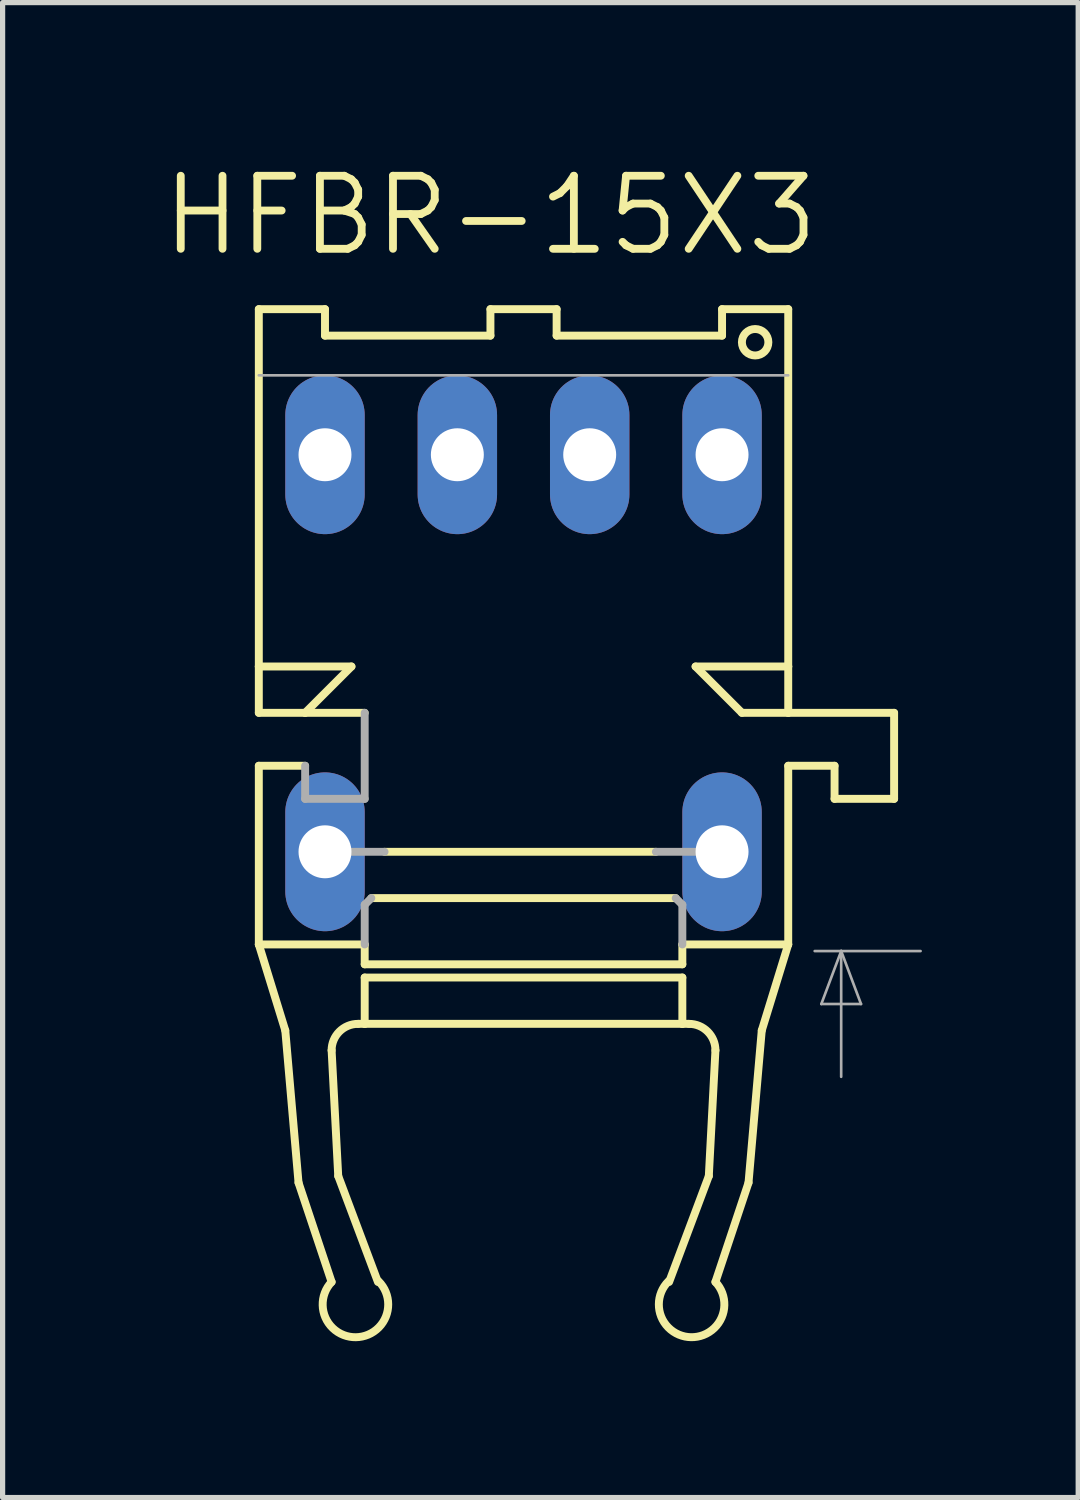
<source format=kicad_pcb>
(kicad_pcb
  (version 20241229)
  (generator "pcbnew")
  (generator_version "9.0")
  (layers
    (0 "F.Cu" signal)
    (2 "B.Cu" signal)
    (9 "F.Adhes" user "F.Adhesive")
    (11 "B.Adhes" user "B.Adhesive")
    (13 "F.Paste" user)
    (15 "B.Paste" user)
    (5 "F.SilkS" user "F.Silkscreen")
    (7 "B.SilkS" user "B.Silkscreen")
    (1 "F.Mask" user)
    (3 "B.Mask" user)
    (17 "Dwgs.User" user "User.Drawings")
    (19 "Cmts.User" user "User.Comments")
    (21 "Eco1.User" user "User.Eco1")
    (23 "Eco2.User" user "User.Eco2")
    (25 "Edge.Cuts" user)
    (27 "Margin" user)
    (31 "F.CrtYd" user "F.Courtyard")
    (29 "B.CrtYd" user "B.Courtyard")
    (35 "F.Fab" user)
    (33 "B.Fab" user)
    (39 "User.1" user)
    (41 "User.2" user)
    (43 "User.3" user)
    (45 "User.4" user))
  (footprint "HFBR-15X3"
    (layer "F.Cu")
    (at 6.997 15.202)
    (property "Reference" "HFBR-15X3" (at -0.636 -14.118 0) (layer "F.SilkS") (effects (font (size 1.402 1.402) (thickness 0.15))))
    (attr through_hole)
    (fp_line (start -5.08 -12.319) (end -5.08 -5.461) (stroke (width 0.152) (type solid)) (layer "F.SilkS"))
    (fp_line (start -5.08 -12.319) (end -3.81 -12.319) (stroke (width 0.152) (type solid)) (layer "F.SilkS"))
    (fp_line (start -5.08 -5.461) (end -5.08 -4.572) (stroke (width 0.152) (type solid)) (layer "F.SilkS"))
    (fp_line (start -5.08 -5.461) (end -3.302 -5.461) (stroke (width 0.152) (type solid)) (layer "F.SilkS"))
    (fp_line (start -5.08 -4.572) (end -4.191 -4.572) (stroke (width 0.152) (type solid)) (layer "F.SilkS"))
    (fp_line (start -5.08 -3.556) (end -5.08 -0.127) (stroke (width 0.152) (type solid)) (layer "F.SilkS"))
    (fp_line (start -5.08 -0.127) (end -4.572 1.524) (stroke (width 0.152) (type solid)) (layer "F.SilkS"))
    (fp_line (start -4.572 1.524) (end -4.318 4.445) (stroke (width 0.152) (type solid)) (layer "F.SilkS"))
    (fp_line (start -4.318 4.445) (end -3.683 6.35) (stroke (width 0.152) (type solid)) (layer "F.SilkS"))
    (fp_line (start -4.191 -4.572) (end -3.048 -4.572) (stroke (width 0.152) (type solid)) (layer "F.SilkS"))
    (fp_line (start -4.191 -3.556) (end -5.08 -3.556) (stroke (width 0.152) (type solid)) (layer "F.SilkS"))
    (fp_line (start -3.81 -11.811) (end -3.81 -12.319) (stroke (width 0.152) (type solid)) (layer "F.SilkS"))
    (fp_line (start -3.81 -11.811) (end -0.635 -11.811) (stroke (width 0.152) (type solid)) (layer "F.SilkS"))
    (fp_line (start -3.556 4.318) (end -3.683 1.905) (stroke (width 0.152) (type solid)) (layer "F.SilkS"))
    (fp_line (start -3.302 -5.461) (end -4.191 -4.572) (stroke (width 0.152) (type solid)) (layer "F.SilkS"))
    (fp_line (start -3.048 -0.127) (end -5.08 -0.127) (stroke (width 0.152) (type solid)) (layer "F.SilkS"))
    (fp_line (start -3.048 -0.127) (end -3.048 0.254) (stroke (width 0.152) (type solid)) (layer "F.SilkS"))
    (fp_line (start -3.048 0.508) (end 3.048 0.508) (stroke (width 0.152) (type solid)) (layer "F.SilkS"))
    (fp_line (start -3.048 1.397) (end -3.175 1.397) (stroke (width 0.152) (type solid)) (layer "F.SilkS"))
    (fp_line (start -3.048 1.397) (end -3.048 0.508) (stroke (width 0.152) (type solid)) (layer "F.SilkS"))
    (fp_line (start -2.921 -1.016) (end 2.921 -1.016) (stroke (width 0.152) (type solid)) (layer "F.SilkS"))
    (fp_line (start -2.794 6.35) (end -3.556 4.318) (stroke (width 0.152) (type solid)) (layer "F.SilkS"))
    (fp_line (start -2.667 -1.905) (end 2.54 -1.905) (stroke (width 0.152) (type solid)) (layer "F.SilkS"))
    (fp_line (start -0.635 -12.319) (end -0.635 -11.811) (stroke (width 0.152) (type solid)) (layer "F.SilkS"))
    (fp_line (start -0.635 -12.319) (end 0.635 -12.319) (stroke (width 0.152) (type solid)) (layer "F.SilkS"))
    (fp_line (start 0.635 -12.319) (end 0.635 -11.811) (stroke (width 0.152) (type solid)) (layer "F.SilkS"))
    (fp_line (start 0.635 -11.811) (end 3.81 -11.811) (stroke (width 0.152) (type solid)) (layer "F.SilkS"))
    (fp_line (start 2.794 6.35) (end 3.556 4.318) (stroke (width 0.152) (type solid)) (layer "F.SilkS"))
    (fp_line (start 3.048 0.254) (end -3.048 0.254) (stroke (width 0.152) (type solid)) (layer "F.SilkS"))
    (fp_line (start 3.048 0.254) (end 3.048 -0.127) (stroke (width 0.152) (type solid)) (layer "F.SilkS"))
    (fp_line (start 3.048 0.508) (end 3.048 1.397) (stroke (width 0.152) (type solid)) (layer "F.SilkS"))
    (fp_line (start 3.048 1.397) (end -3.048 1.397) (stroke (width 0.152) (type solid)) (layer "F.SilkS"))
    (fp_line (start 3.048 1.397) (end 3.175 1.397) (stroke (width 0.152) (type solid)) (layer "F.SilkS"))
    (fp_line (start 3.302 -5.461) (end 4.191 -4.572) (stroke (width 0.152) (type solid)) (layer "F.SilkS"))
    (fp_line (start 3.302 -5.461) (end 5.08 -5.461) (stroke (width 0.152) (type solid)) (layer "F.SilkS"))
    (fp_line (start 3.556 4.318) (end 3.683 1.905) (stroke (width 0.152) (type solid)) (layer "F.SilkS"))
    (fp_line (start 3.81 -12.319) (end 5.08 -12.319) (stroke (width 0.152) (type solid)) (layer "F.SilkS"))
    (fp_line (start 3.81 -11.811) (end 3.81 -12.319) (stroke (width 0.152) (type solid)) (layer "F.SilkS"))
    (fp_line (start 4.318 4.445) (end 3.683 6.35) (stroke (width 0.152) (type solid)) (layer "F.SilkS"))
    (fp_line (start 4.572 1.524) (end 4.318 4.445) (stroke (width 0.152) (type solid)) (layer "F.SilkS"))
    (fp_line (start 5.08 -12.319) (end 5.08 -5.461) (stroke (width 0.152) (type solid)) (layer "F.SilkS"))
    (fp_line (start 5.08 -5.461) (end 5.08 -4.572) (stroke (width 0.152) (type solid)) (layer "F.SilkS"))
    (fp_line (start 5.08 -4.572) (end 4.191 -4.572) (stroke (width 0.152) (type solid)) (layer "F.SilkS"))
    (fp_line (start 5.08 -3.556) (end 5.08 -0.127) (stroke (width 0.152) (type solid)) (layer "F.SilkS"))
    (fp_line (start 5.08 -0.127) (end 3.048 -0.127) (stroke (width 0.152) (type solid)) (layer "F.SilkS"))
    (fp_line (start 5.08 -0.127) (end 4.572 1.524) (stroke (width 0.152) (type solid)) (layer "F.SilkS"))
    (fp_line (start 5.969 -3.556) (end 5.08 -3.556) (stroke (width 0.152) (type solid)) (layer "F.SilkS"))
    (fp_line (start 5.969 -2.921) (end 5.969 -3.556) (stroke (width 0.152) (type solid)) (layer "F.SilkS"))
    (fp_line (start 7.112 -4.572) (end 5.08 -4.572) (stroke (width 0.152) (type solid)) (layer "F.SilkS"))
    (fp_line (start 7.112 -2.921) (end 5.969 -2.921) (stroke (width 0.152) (type solid)) (layer "F.SilkS"))
    (fp_line (start 7.112 -2.921) (end 7.112 -4.572) (stroke (width 0.152) (type solid)) (layer "F.SilkS"))
    (fp_arc (start -3.683 1.905) (mid -3.53421 1.54579) (end -3.175 1.397) (stroke (width 0.1524) (type solid)) (layer "F.SilkS"))
    (fp_arc (start -2.781 6.337) (mid -3.216619 7.410699) (end -3.683 6.35) (stroke (width 0.1524) (type solid)) (layer "F.SilkS"))
    (fp_arc (start 3.175 1.397) (mid 3.53421 1.54579) (end 3.683 1.905) (stroke (width 0.1524) (type solid)) (layer "F.SilkS"))
    (fp_arc (start 3.6828 6.3502) (mid 3.216451 7.41048) (end 2.781101 6.3371) (stroke (width 0.1524) (type solid)) (layer "F.SilkS"))
    (fp_circle (center 4.445 -11.684) (end 4.699 -11.684) (stroke (width 0.152) (type solid)) (fill no) (layer "F.SilkS"))
    (fp_line (start -5.08 -11.049) (end 5.08 -11.049) (stroke (width 0.051) (type solid)) (layer "F.Fab"))
    (fp_line (start -4.191 -2.921) (end -4.191 -3.556) (stroke (width 0.152) (type solid)) (layer "F.Fab"))
    (fp_line (start -4.191 -1.905) (end -2.667 -1.905) (stroke (width 0.152) (type solid)) (layer "F.Fab"))
    (fp_line (start -3.048 -2.921) (end -4.191 -2.921) (stroke (width 0.152) (type solid)) (layer "F.Fab"))
    (fp_line (start -3.048 -2.921) (end -3.048 -4.572) (stroke (width 0.152) (type solid)) (layer "F.Fab"))
    (fp_line (start -3.048 -0.889) (end -2.921 -1.016) (stroke (width 0.152) (type solid)) (layer "F.Fab"))
    (fp_line (start -3.048 -0.127) (end -3.048 -0.889) (stroke (width 0.152) (type solid)) (layer "F.Fab"))
    (fp_line (start 2.54 -1.905) (end 4.191 -1.905) (stroke (width 0.152) (type solid)) (layer "F.Fab"))
    (fp_line (start 2.921 -1.016) (end 3.048 -0.889) (stroke (width 0.152) (type solid)) (layer "F.Fab"))
    (fp_line (start 3.048 -0.889) (end 3.048 -0.127) (stroke (width 0.152) (type solid)) (layer "F.Fab"))
    (fp_line (start 5.715 1.016) (end 6.477 1.016) (stroke (width 0.051) (type solid)) (layer "F.Fab"))
    (fp_line (start 6.096 0) (end 5.588 0) (stroke (width 0.051) (type solid)) (layer "F.Fab"))
    (fp_line (start 6.096 0) (end 5.715 1.016) (stroke (width 0.051) (type solid)) (layer "F.Fab"))
    (fp_line (start 6.096 0) (end 6.096 2.413) (stroke (width 0.051) (type solid)) (layer "F.Fab"))
    (fp_line (start 6.477 1.016) (end 6.096 0) (stroke (width 0.051) (type solid)) (layer "F.Fab"))
    (fp_line (start 7.62 0) (end 6.096 0) (stroke (width 0.051) (type solid)) (layer "F.Fab"))
    (pad "1" thru_hole oval (at 3.81 -9.525) (size 1.524 3.048) (drill 1.016) (layers "*.Cu" "*.Mask"))
    (pad "2" thru_hole oval (at 1.27 -9.525) (size 1.524 3.048) (drill 1.016) (layers "*.Cu" "*.Mask"))
    (pad "3" thru_hole oval (at -1.27 -9.525) (size 1.524 3.048) (drill 1.016) (layers "*.Cu" "*.Mask"))
    (pad "4" thru_hole oval (at -3.81 -9.525) (size 1.524 3.048) (drill 1.016) (layers "*.Cu" "*.Mask"))
    (pad "5" thru_hole oval (at -3.81 -1.905) (size 1.524 3.048) (drill 1.016) (layers "*.Cu" "*.Mask"))
    (pad "8" thru_hole oval (at 3.81 -1.905) (size 1.524 3.048) (drill 1.016) (layers "*.Cu" "*.Mask")))
  (gr_rect
    (start -3 -3)
    (end 17.642 25.689)
    (stroke (width 0.1) (type default))
    (fill no)
    (layer "Edge.Cuts")))
</source>
